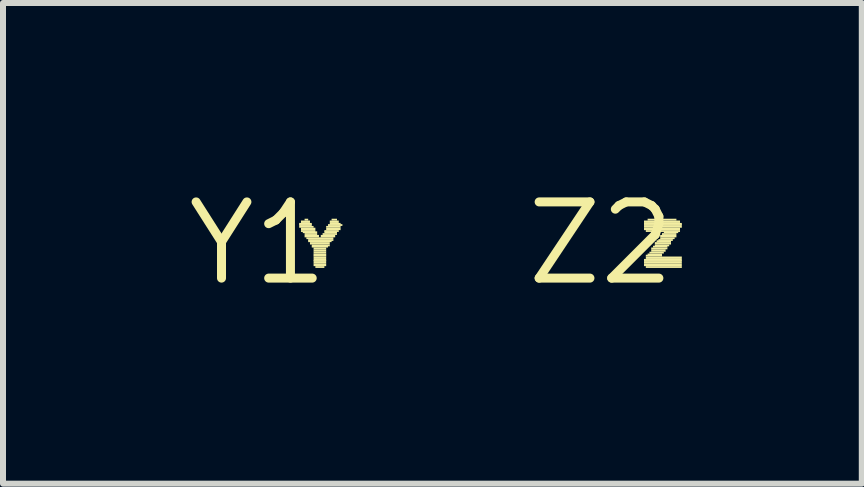
<source format=kicad_pcb>
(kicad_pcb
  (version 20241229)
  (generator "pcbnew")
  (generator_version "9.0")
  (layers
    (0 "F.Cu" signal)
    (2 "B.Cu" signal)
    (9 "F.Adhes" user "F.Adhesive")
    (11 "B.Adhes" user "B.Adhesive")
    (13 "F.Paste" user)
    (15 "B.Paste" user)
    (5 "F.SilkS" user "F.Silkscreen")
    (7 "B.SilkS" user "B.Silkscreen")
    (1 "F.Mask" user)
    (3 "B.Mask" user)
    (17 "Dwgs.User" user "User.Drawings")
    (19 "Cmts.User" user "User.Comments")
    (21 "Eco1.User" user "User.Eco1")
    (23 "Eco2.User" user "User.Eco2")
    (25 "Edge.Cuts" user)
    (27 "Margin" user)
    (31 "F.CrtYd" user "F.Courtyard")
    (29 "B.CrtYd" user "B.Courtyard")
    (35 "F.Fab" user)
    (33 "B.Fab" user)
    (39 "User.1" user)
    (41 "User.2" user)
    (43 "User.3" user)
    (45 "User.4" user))
  (footprint "Z2"
    (layer "F.Cu")
    (at 6.965 1.006)
    (property "Reference" "Z2" (at 0 0 0) (layer "F.SilkS") (effects (font (size 1.27 1.27) (thickness 0.15))))
    (attr through_hole)
    (fp_poly (pts (xy 0.72 -0.34) (xy 1.32 -0.34) (xy 1.32 -0.38) (xy 0.72 -0.38)) (stroke (width 0) (type solid)) (fill yes) (layer "F.SilkS"))
    (fp_poly (pts (xy 0.72 -0.31) (xy 1.35 -0.31) (xy 1.35 -0.34) (xy 0.72 -0.34)) (stroke (width 0) (type solid)) (fill yes) (layer "F.SilkS"))
    (fp_poly (pts (xy 0.72 -0.29) (xy 1.35 -0.29) (xy 1.35 -0.32) (xy 0.72 -0.32)) (stroke (width 0) (type solid)) (fill yes) (layer "F.SilkS"))
    (fp_poly (pts (xy 0.72 -0.26) (xy 1.35 -0.26) (xy 1.35 -0.29) (xy 0.72 -0.29)) (stroke (width 0) (type solid)) (fill yes) (layer "F.SilkS"))
    (fp_poly (pts (xy 0.72 -0.22) (xy 1.32 -0.22) (xy 1.32 -0.26) (xy 0.72 -0.26)) (stroke (width 0) (type solid)) (fill yes) (layer "F.SilkS"))
    (fp_poly (pts (xy 0.72 0.29) (xy 1.35 0.29) (xy 1.35 0.26) (xy 0.72 0.26)) (stroke (width 0) (type solid)) (fill yes) (layer "F.SilkS"))
    (fp_poly (pts (xy 0.72 0.31) (xy 1.35 0.31) (xy 1.35 0.28) (xy 0.72 0.28)) (stroke (width 0) (type solid)) (fill yes) (layer "F.SilkS"))
    (fp_poly (pts (xy 0.72 0.34) (xy 1.35 0.34) (xy 1.35 0.31) (xy 0.72 0.31)) (stroke (width 0) (type solid)) (fill yes) (layer "F.SilkS"))
    (fp_poly (pts (xy 0.72 0.38) (xy 1.35 0.38) (xy 1.35 0.34) (xy 0.72 0.34)) (stroke (width 0) (type solid)) (fill yes) (layer "F.SilkS"))
    (fp_poly (pts (xy 0.75 -0.19) (xy 1.32 -0.19) (xy 1.32 -0.22) (xy 0.75 -0.22)) (stroke (width 0) (type solid)) (fill yes) (layer "F.SilkS"))
    (fp_poly (pts (xy 0.75 0.22) (xy 1.02 0.22) (xy 1.02 0.19) (xy 0.75 0.19)) (stroke (width 0) (type solid)) (fill yes) (layer "F.SilkS"))
    (fp_poly (pts (xy 0.75 0.26) (xy 1.35 0.26) (xy 1.35 0.22) (xy 0.75 0.22)) (stroke (width 0) (type solid)) (fill yes) (layer "F.SilkS"))
    (fp_poly (pts (xy 0.75 0.41) (xy 1.35 0.41) (xy 1.35 0.38) (xy 0.75 0.38)) (stroke (width 0) (type solid)) (fill yes) (layer "F.SilkS"))
    (fp_poly (pts (xy 0.78 -0.38) (xy 1.26 -0.38) (xy 1.26 -0.41) (xy 0.78 -0.41)) (stroke (width 0) (type solid)) (fill yes) (layer "F.SilkS"))
    (fp_poly (pts (xy 0.78 0.2) (xy 1.02 0.2) (xy 1.02 0.17) (xy 0.78 0.17)) (stroke (width 0) (type solid)) (fill yes) (layer "F.SilkS"))
    (fp_poly (pts (xy 0.81 0.17) (xy 1.05 0.17) (xy 1.05 0.14) (xy 0.81 0.14)) (stroke (width 0) (type solid)) (fill yes) (layer "F.SilkS"))
    (fp_poly (pts (xy 0.84 0.1) (xy 1.11 0.1) (xy 1.11 0.07) (xy 0.84 0.07)) (stroke (width 0) (type solid)) (fill yes) (layer "F.SilkS"))
    (fp_poly (pts (xy 0.84 0.14) (xy 1.08 0.14) (xy 1.08 0.1) (xy 0.84 0.1)) (stroke (width 0) (type solid)) (fill yes) (layer "F.SilkS"))
    (fp_poly (pts (xy 0.87 0.07) (xy 1.11 0.07) (xy 1.11 0.04) (xy 0.87 0.04)) (stroke (width 0) (type solid)) (fill yes) (layer "F.SilkS"))
    (fp_poly (pts (xy 0.9 0.02) (xy 1.17 0.02) (xy 1.17 -0.02) (xy 0.9 -0.02)) (stroke (width 0) (type solid)) (fill yes) (layer "F.SilkS"))
    (fp_poly (pts (xy 0.9 0.05) (xy 1.14 0.05) (xy 1.14 0.02) (xy 0.9 0.02)) (stroke (width 0) (type solid)) (fill yes) (layer "F.SilkS"))
    (fp_poly (pts (xy 0.93 -0.02) (xy 1.17 -0.02) (xy 1.17 -0.05) (xy 0.93 -0.05)) (stroke (width 0) (type solid)) (fill yes) (layer "F.SilkS"))
    (fp_poly (pts (xy 0.96 -0.04) (xy 1.2 -0.04) (xy 1.2 -0.07) (xy 0.96 -0.07)) (stroke (width 0) (type solid)) (fill yes) (layer "F.SilkS"))
    (fp_poly (pts (xy 0.99 -0.1) (xy 1.26 -0.1) (xy 1.26 -0.14) (xy 0.99 -0.14)) (stroke (width 0) (type solid)) (fill yes) (layer "F.SilkS"))
    (fp_poly (pts (xy 0.99 -0.07) (xy 1.23 -0.07) (xy 1.23 -0.1) (xy 0.99 -0.1)) (stroke (width 0) (type solid)) (fill yes) (layer "F.SilkS"))
    (fp_poly (pts (xy 1.02 -0.14) (xy 1.26 -0.14) (xy 1.26 -0.17) (xy 1.02 -0.17)) (stroke (width 0) (type solid)) (fill yes) (layer "F.SilkS"))
    (fp_poly (pts (xy 1.05 -0.17) (xy 1.29 -0.17) (xy 1.29 -0.2) (xy 1.05 -0.2)) (stroke (width 0) (type solid)) (fill yes) (layer "F.SilkS")))
  (footprint "Y1"
    (layer "F.Cu")
    (at 1.247 1.006)
    (property "Reference" "Y1" (at 0 0 0) (layer "F.SilkS") (effects (font (size 1.27 1.27) (thickness 0.15))))
    (attr through_hole)
    (fp_poly (pts (xy 0.69 -0.31) (xy 0.9 -0.31) (xy 0.9 -0.34) (xy 0.69 -0.34)) (stroke (width 0) (type solid)) (fill yes) (layer "F.SilkS"))
    (fp_poly (pts (xy 0.69 -0.29) (xy 0.9 -0.29) (xy 0.9 -0.32) (xy 0.69 -0.32)) (stroke (width 0) (type solid)) (fill yes) (layer "F.SilkS"))
    (fp_poly (pts (xy 0.69 -0.26) (xy 0.93 -0.26) (xy 0.93 -0.29) (xy 0.69 -0.29)) (stroke (width 0) (type solid)) (fill yes) (layer "F.SilkS"))
    (fp_poly (pts (xy 0.72 -0.34) (xy 0.87 -0.34) (xy 0.87 -0.38) (xy 0.72 -0.38)) (stroke (width 0) (type solid)) (fill yes) (layer "F.SilkS"))
    (fp_poly (pts (xy 0.72 -0.22) (xy 0.96 -0.22) (xy 0.96 -0.26) (xy 0.72 -0.26)) (stroke (width 0) (type solid)) (fill yes) (layer "F.SilkS"))
    (fp_poly (pts (xy 0.72 -0.19) (xy 0.96 -0.19) (xy 0.96 -0.22) (xy 0.72 -0.22)) (stroke (width 0) (type solid)) (fill yes) (layer "F.SilkS"))
    (fp_poly (pts (xy 0.75 -0.17) (xy 0.99 -0.17) (xy 0.99 -0.2) (xy 0.75 -0.2)) (stroke (width 0) (type solid)) (fill yes) (layer "F.SilkS"))
    (fp_poly (pts (xy 0.78 -0.38) (xy 0.84 -0.38) (xy 0.84 -0.41) (xy 0.78 -0.41)) (stroke (width 0) (type solid)) (fill yes) (layer "F.SilkS"))
    (fp_poly (pts (xy 0.78 -0.14) (xy 0.99 -0.14) (xy 0.99 -0.17) (xy 0.78 -0.17)) (stroke (width 0) (type solid)) (fill yes) (layer "F.SilkS"))
    (fp_poly (pts (xy 0.78 -0.1) (xy 1.02 -0.1) (xy 1.02 -0.14) (xy 0.78 -0.14)) (stroke (width 0) (type solid)) (fill yes) (layer "F.SilkS"))
    (fp_poly (pts (xy 0.81 -0.07) (xy 1.26 -0.07) (xy 1.26 -0.1) (xy 0.81 -0.1)) (stroke (width 0) (type solid)) (fill yes) (layer "F.SilkS"))
    (fp_poly (pts (xy 0.84 -0.04) (xy 1.26 -0.04) (xy 1.26 -0.07) (xy 0.84 -0.07)) (stroke (width 0) (type solid)) (fill yes) (layer "F.SilkS"))
    (fp_poly (pts (xy 0.84 -0.02) (xy 1.23 -0.02) (xy 1.23 -0.05) (xy 0.84 -0.05)) (stroke (width 0) (type solid)) (fill yes) (layer "F.SilkS"))
    (fp_poly (pts (xy 0.87 0.02) (xy 1.2 0.02) (xy 1.2 -0.02) (xy 0.87 -0.02)) (stroke (width 0) (type solid)) (fill yes) (layer "F.SilkS"))
    (fp_poly (pts (xy 0.9 0.05) (xy 1.2 0.05) (xy 1.2 0.02) (xy 0.9 0.02)) (stroke (width 0) (type solid)) (fill yes) (layer "F.SilkS"))
    (fp_poly (pts (xy 0.9 0.07) (xy 1.17 0.07) (xy 1.17 0.04) (xy 0.9 0.04)) (stroke (width 0) (type solid)) (fill yes) (layer "F.SilkS"))
    (fp_poly (pts (xy 0.93 0.1) (xy 1.14 0.1) (xy 1.14 0.07) (xy 0.93 0.07)) (stroke (width 0) (type solid)) (fill yes) (layer "F.SilkS"))
    (fp_poly (pts (xy 0.93 0.14) (xy 1.14 0.14) (xy 1.14 0.1) (xy 0.93 0.1)) (stroke (width 0) (type solid)) (fill yes) (layer "F.SilkS"))
    (fp_poly (pts (xy 0.93 0.17) (xy 1.14 0.17) (xy 1.14 0.14) (xy 0.93 0.14)) (stroke (width 0) (type solid)) (fill yes) (layer "F.SilkS"))
    (fp_poly (pts (xy 0.93 0.2) (xy 1.14 0.2) (xy 1.14 0.17) (xy 0.93 0.17)) (stroke (width 0) (type solid)) (fill yes) (layer "F.SilkS"))
    (fp_poly (pts (xy 0.93 0.22) (xy 1.14 0.22) (xy 1.14 0.19) (xy 0.93 0.19)) (stroke (width 0) (type solid)) (fill yes) (layer "F.SilkS"))
    (fp_poly (pts (xy 0.93 0.26) (xy 1.14 0.26) (xy 1.14 0.22) (xy 0.93 0.22)) (stroke (width 0) (type solid)) (fill yes) (layer "F.SilkS"))
    (fp_poly (pts (xy 0.93 0.29) (xy 1.14 0.29) (xy 1.14 0.26) (xy 0.93 0.26)) (stroke (width 0) (type solid)) (fill yes) (layer "F.SilkS"))
    (fp_poly (pts (xy 0.93 0.31) (xy 1.14 0.31) (xy 1.14 0.28) (xy 0.93 0.28)) (stroke (width 0) (type solid)) (fill yes) (layer "F.SilkS"))
    (fp_poly (pts (xy 0.93 0.34) (xy 1.14 0.34) (xy 1.14 0.31) (xy 0.93 0.31)) (stroke (width 0) (type solid)) (fill yes) (layer "F.SilkS"))
    (fp_poly (pts (xy 0.93 0.38) (xy 1.14 0.38) (xy 1.14 0.34) (xy 0.93 0.34)) (stroke (width 0) (type solid)) (fill yes) (layer "F.SilkS"))
    (fp_poly (pts (xy 0.96 0.41) (xy 1.11 0.41) (xy 1.11 0.38) (xy 0.96 0.38)) (stroke (width 0) (type solid)) (fill yes) (layer "F.SilkS"))
    (fp_poly (pts (xy 1.05 -0.1) (xy 1.29 -0.1) (xy 1.29 -0.14) (xy 1.05 -0.14)) (stroke (width 0) (type solid)) (fill yes) (layer "F.SilkS"))
    (fp_poly (pts (xy 1.08 -0.14) (xy 1.32 -0.14) (xy 1.32 -0.17) (xy 1.08 -0.17)) (stroke (width 0) (type solid)) (fill yes) (layer "F.SilkS"))
    (fp_poly (pts (xy 1.11 -0.19) (xy 1.35 -0.19) (xy 1.35 -0.22) (xy 1.11 -0.22)) (stroke (width 0) (type solid)) (fill yes) (layer "F.SilkS"))
    (fp_poly (pts (xy 1.11 -0.17) (xy 1.32 -0.17) (xy 1.32 -0.2) (xy 1.11 -0.2)) (stroke (width 0) (type solid)) (fill yes) (layer "F.SilkS"))
    (fp_poly (pts (xy 1.14 -0.26) (xy 1.38 -0.26) (xy 1.38 -0.29) (xy 1.14 -0.29)) (stroke (width 0) (type solid)) (fill yes) (layer "F.SilkS"))
    (fp_poly (pts (xy 1.14 -0.22) (xy 1.38 -0.22) (xy 1.38 -0.26) (xy 1.14 -0.26)) (stroke (width 0) (type solid)) (fill yes) (layer "F.SilkS"))
    (fp_poly (pts (xy 1.17 -0.29) (xy 1.41 -0.29) (xy 1.41 -0.32) (xy 1.17 -0.32)) (stroke (width 0) (type solid)) (fill yes) (layer "F.SilkS"))
    (fp_poly (pts (xy 1.2 -0.34) (xy 1.35 -0.34) (xy 1.35 -0.38) (xy 1.2 -0.38)) (stroke (width 0) (type solid)) (fill yes) (layer "F.SilkS"))
    (fp_poly (pts (xy 1.2 -0.31) (xy 1.38 -0.31) (xy 1.38 -0.34) (xy 1.2 -0.34)) (stroke (width 0) (type solid)) (fill yes) (layer "F.SilkS"))
    (fp_poly (pts (xy 1.23 -0.38) (xy 1.32 -0.38) (xy 1.32 -0.41) (xy 1.23 -0.41)) (stroke (width 0) (type solid)) (fill yes) (layer "F.SilkS")))
  (gr_rect
    (start -3 -3)
    (end 11.315 5.012)
    (stroke (width 0.1) (type default))
    (fill no)
    (layer "Edge.Cuts")))
</source>
